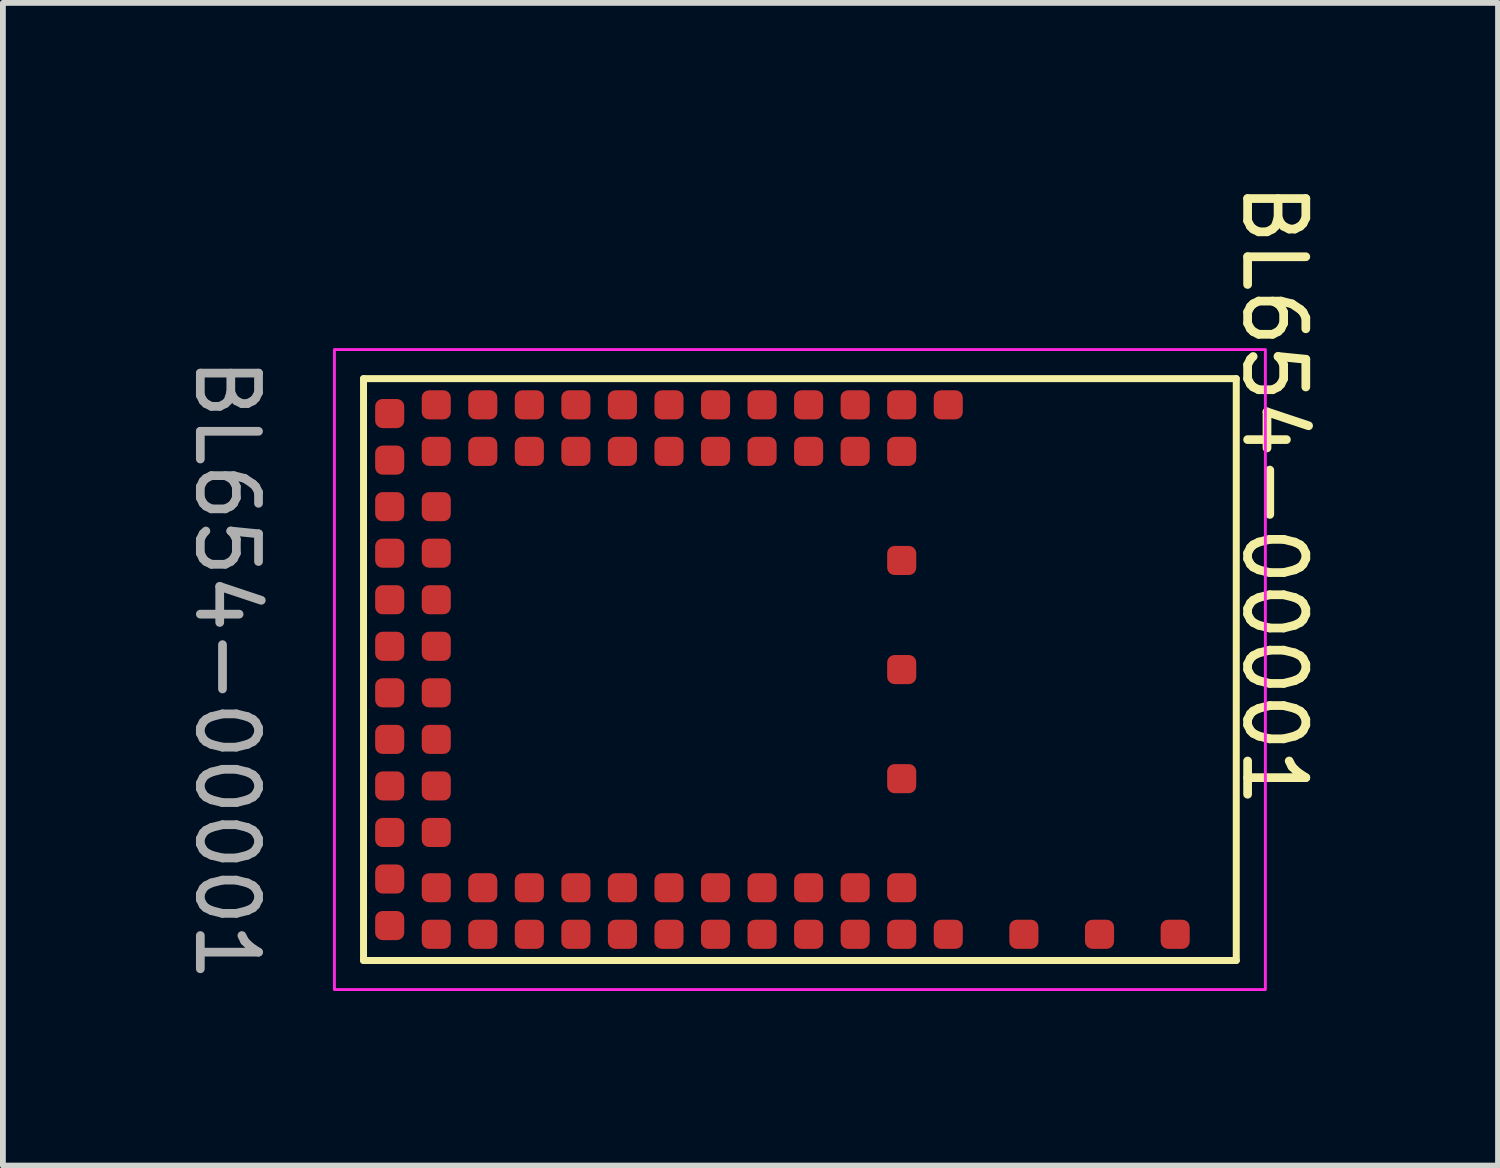
<source format=kicad_pcb>
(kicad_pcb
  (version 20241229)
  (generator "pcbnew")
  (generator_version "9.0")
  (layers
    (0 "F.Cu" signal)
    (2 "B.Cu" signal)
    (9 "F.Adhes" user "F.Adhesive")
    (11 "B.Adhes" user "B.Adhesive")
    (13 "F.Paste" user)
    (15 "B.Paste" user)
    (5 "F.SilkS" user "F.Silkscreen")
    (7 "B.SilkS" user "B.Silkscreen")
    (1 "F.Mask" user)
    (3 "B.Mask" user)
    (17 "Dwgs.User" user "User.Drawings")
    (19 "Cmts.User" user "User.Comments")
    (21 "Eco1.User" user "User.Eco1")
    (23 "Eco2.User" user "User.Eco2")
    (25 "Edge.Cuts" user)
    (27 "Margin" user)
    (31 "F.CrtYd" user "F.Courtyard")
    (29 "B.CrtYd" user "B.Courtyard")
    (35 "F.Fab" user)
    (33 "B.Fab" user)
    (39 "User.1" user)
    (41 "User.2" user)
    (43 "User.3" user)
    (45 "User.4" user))
  (footprint "BL654-00001"
    (layer "F.Cu")
    (at 10.698 8.458)
    (property "Reference" "BL654-00001" (at 8.15 -3 270) (unlocked yes) (layer "F.SilkS") (effects (font (size 1 1) (thickness 0.15))))
    (attr smd)
    (fp_line (start -7.5 -5) (end 7.5 -5) (stroke (width 0.12) (type solid)) (layer "F.SilkS"))
    (fp_line (start -7.5 5) (end -7.5 -5) (stroke (width 0.12) (type solid)) (layer "F.SilkS"))
    (fp_line (start 7.5 -5) (end 7.5 5) (stroke (width 0.12) (type solid)) (layer "F.SilkS"))
    (fp_line (start 7.5 5) (end -7.5 5) (stroke (width 0.12) (type solid)) (layer "F.SilkS"))
    (fp_rect (start -8 -5.5) (end 8 5.5) (stroke (width 0.05) (type default)) (fill no) (layer "F.CrtYd"))
    (fp_text user "${REFERENCE}" (at -9.85 0 270) (unlocked yes) (layer "F.Fab") (effects (font (size 1 1) (thickness 0.15))))
    (pad "0" smd roundrect (at 2.55 4.55) (size 0.5 0.5) (layers "F.Cu" "F.Mask" "F.Paste") (roundrect_rratio 0.25))
    (pad "1" smd roundrect (at 1.75 4.55) (size 0.5 0.5) (layers "F.Cu" "F.Mask" "F.Paste") (roundrect_rratio 0.25))
    (pad "2" smd roundrect (at 1.75 3.75) (size 0.5 0.5) (layers "F.Cu" "F.Mask" "F.Paste") (roundrect_rratio 0.25))
    (pad "3" smd roundrect (at 0.95 4.55) (size 0.5 0.5) (layers "F.Cu" "F.Mask" "F.Paste") (roundrect_rratio 0.25))
    (pad "4" smd roundrect (at 0.95 3.75) (size 0.5 0.5) (layers "F.Cu" "F.Mask" "F.Paste") (roundrect_rratio 0.25))
    (pad "5" smd roundrect (at 0.15 4.55) (size 0.5 0.5) (layers "F.Cu" "F.Mask" "F.Paste") (roundrect_rratio 0.25))
    (pad "6" smd roundrect (at 0.15 3.75) (size 0.5 0.5) (layers "F.Cu" "F.Mask" "F.Paste") (roundrect_rratio 0.25))
    (pad "7" smd roundrect (at -0.65 4.55) (size 0.5 0.5) (layers "F.Cu" "F.Mask" "F.Paste") (roundrect_rratio 0.25))
    (pad "8" smd roundrect (at -0.65 3.75) (size 0.5 0.5) (layers "F.Cu" "F.Mask" "F.Paste") (roundrect_rratio 0.25))
    (pad "9" smd roundrect (at -1.45 4.55) (size 0.5 0.5) (layers "F.Cu" "F.Mask" "F.Paste") (roundrect_rratio 0.25))
    (pad "10" smd roundrect (at -1.45 3.75) (size 0.5 0.5) (layers "F.Cu" "F.Mask" "F.Paste") (roundrect_rratio 0.25))
    (pad "11" smd roundrect (at -2.25 4.55) (size 0.5 0.5) (layers "F.Cu" "F.Mask" "F.Paste") (roundrect_rratio 0.25))
    (pad "12" smd roundrect (at -2.25 3.75) (size 0.5 0.5) (layers "F.Cu" "F.Mask" "F.Paste") (roundrect_rratio 0.25))
    (pad "13" smd roundrect (at -3.05 4.55) (size 0.5 0.5) (layers "F.Cu" "F.Mask" "F.Paste") (roundrect_rratio 0.25))
    (pad "14" smd roundrect (at -3.05 3.75) (size 0.5 0.5) (layers "F.Cu" "F.Mask" "F.Paste") (roundrect_rratio 0.25))
    (pad "15" smd roundrect (at -3.85 4.55) (size 0.5 0.5) (layers "F.Cu" "F.Mask" "F.Paste") (roundrect_rratio 0.25))
    (pad "16" smd roundrect (at -3.85 3.75) (size 0.5 0.5) (layers "F.Cu" "F.Mask" "F.Paste") (roundrect_rratio 0.25))
    (pad "17" smd roundrect (at -4.65 4.55) (size 0.5 0.5) (layers "F.Cu" "F.Mask" "F.Paste") (roundrect_rratio 0.25))
    (pad "18" smd roundrect (at -4.65 3.75) (size 0.5 0.5) (layers "F.Cu" "F.Mask" "F.Paste") (roundrect_rratio 0.25))
    (pad "19" smd roundrect (at -5.45 4.55) (size 0.5 0.5) (layers "F.Cu" "F.Mask" "F.Paste") (roundrect_rratio 0.25))
    (pad "20" smd roundrect (at -5.45 3.75) (size 0.5 0.5) (layers "F.Cu" "F.Mask" "F.Paste") (roundrect_rratio 0.25))
    (pad "21" smd roundrect (at -6.25 4.55) (size 0.5 0.5) (layers "F.Cu" "F.Mask" "F.Paste") (roundrect_rratio 0.25))
    (pad "22" smd roundrect (at -6.25 3.75) (size 0.5 0.5) (layers "F.Cu" "F.Mask" "F.Paste") (roundrect_rratio 0.25))
    (pad "23" smd roundrect (at -7.05 4.4) (size 0.5 0.5) (layers "F.Cu" "F.Mask" "F.Paste") (roundrect_rratio 0.25))
    (pad "24" smd roundrect (at -7.05 3.6) (size 0.5 0.5) (layers "F.Cu" "F.Mask" "F.Paste") (roundrect_rratio 0.25))
    (pad "25" smd roundrect (at -7.05 2.8) (size 0.5 0.5) (layers "F.Cu" "F.Mask" "F.Paste") (roundrect_rratio 0.25))
    (pad "26" smd roundrect (at -6.25 2.8) (size 0.5 0.5) (layers "F.Cu" "F.Mask" "F.Paste") (roundrect_rratio 0.25))
    (pad "27" smd roundrect (at -7.05 2) (size 0.5 0.5) (layers "F.Cu" "F.Mask" "F.Paste") (roundrect_rratio 0.25))
    (pad "28" smd roundrect (at -6.25 2) (size 0.5 0.5) (layers "F.Cu" "F.Mask" "F.Paste") (roundrect_rratio 0.25))
    (pad "29" smd roundrect (at -7.05 1.2) (size 0.5 0.5) (layers "F.Cu" "F.Mask" "F.Paste") (roundrect_rratio 0.25))
    (pad "30" smd roundrect (at -6.25 1.2) (size 0.5 0.5) (layers "F.Cu" "F.Mask" "F.Paste") (roundrect_rratio 0.25))
    (pad "31" smd roundrect (at -7.05 0.4) (size 0.5 0.5) (layers "F.Cu" "F.Mask" "F.Paste") (roundrect_rratio 0.25))
    (pad "32" smd roundrect (at -6.25 0.4) (size 0.5 0.5) (layers "F.Cu" "F.Mask" "F.Paste") (roundrect_rratio 0.25))
    (pad "33" smd roundrect (at -7.05 -0.4) (size 0.5 0.5) (layers "F.Cu" "F.Mask" "F.Paste") (roundrect_rratio 0.25))
    (pad "34" smd roundrect (at -6.25 -0.4) (size 0.5 0.5) (layers "F.Cu" "F.Mask" "F.Paste") (roundrect_rratio 0.25))
    (pad "35" smd roundrect (at -7.05 -1.2) (size 0.5 0.5) (layers "F.Cu" "F.Mask" "F.Paste") (roundrect_rratio 0.25))
    (pad "36" smd roundrect (at -6.25 -1.2) (size 0.5 0.5) (layers "F.Cu" "F.Mask" "F.Paste") (roundrect_rratio 0.25))
    (pad "37" smd roundrect (at -7.05 -2) (size 0.5 0.5) (layers "F.Cu" "F.Mask" "F.Paste") (roundrect_rratio 0.25))
    (pad "38" smd roundrect (at -6.25 -2) (size 0.5 0.5) (layers "F.Cu" "F.Mask" "F.Paste") (roundrect_rratio 0.25))
    (pad "39" smd roundrect (at -7.05 -2.8) (size 0.5 0.5) (layers "F.Cu" "F.Mask" "F.Paste") (roundrect_rratio 0.25))
    (pad "40" smd roundrect (at -6.25 -2.8) (size 0.5 0.5) (layers "F.Cu" "F.Mask" "F.Paste") (roundrect_rratio 0.25))
    (pad "41" smd roundrect (at -7.05 -3.6) (size 0.5 0.5) (layers "F.Cu" "F.Mask" "F.Paste") (roundrect_rratio 0.25))
    (pad "42" smd roundrect (at -7.05 -4.4) (size 0.5 0.5) (layers "F.Cu" "F.Mask" "F.Paste") (roundrect_rratio 0.25))
    (pad "43" smd roundrect (at -6.25 -4.55) (size 0.5 0.5) (layers "F.Cu" "F.Mask" "F.Paste") (roundrect_rratio 0.25))
    (pad "44" smd roundrect (at -6.25 -3.75) (size 0.5 0.5) (layers "F.Cu" "F.Mask" "F.Paste") (roundrect_rratio 0.25))
    (pad "45" smd roundrect (at -5.45 -4.55) (size 0.5 0.5) (layers "F.Cu" "F.Mask" "F.Paste") (roundrect_rratio 0.25))
    (pad "46" smd roundrect (at -5.45 -3.75) (size 0.5 0.5) (layers "F.Cu" "F.Mask" "F.Paste") (roundrect_rratio 0.25))
    (pad "47" smd roundrect (at -4.65 -4.55) (size 0.5 0.5) (layers "F.Cu" "F.Mask" "F.Paste") (roundrect_rratio 0.25))
    (pad "48" smd roundrect (at -4.65 -3.75) (size 0.5 0.5) (layers "F.Cu" "F.Mask" "F.Paste") (roundrect_rratio 0.25))
    (pad "49" smd roundrect (at -3.85 -4.55) (size 0.5 0.5) (layers "F.Cu" "F.Mask" "F.Paste") (roundrect_rratio 0.25))
    (pad "50" smd roundrect (at -3.85 -3.75) (size 0.5 0.5) (layers "F.Cu" "F.Mask" "F.Paste") (roundrect_rratio 0.25))
    (pad "51" smd roundrect (at -3.05 -4.55) (size 0.5 0.5) (layers "F.Cu" "F.Mask" "F.Paste") (roundrect_rratio 0.25))
    (pad "52" smd roundrect (at -3.05 -3.75) (size 0.5 0.5) (layers "F.Cu" "F.Mask" "F.Paste") (roundrect_rratio 0.25))
    (pad "53" smd roundrect (at -2.25 -4.55) (size 0.5 0.5) (layers "F.Cu" "F.Mask" "F.Paste") (roundrect_rratio 0.25))
    (pad "54" smd roundrect (at -2.25 -3.75) (size 0.5 0.5) (layers "F.Cu" "F.Mask" "F.Paste") (roundrect_rratio 0.25))
    (pad "55" smd roundrect (at -1.45 -4.55) (size 0.5 0.5) (layers "F.Cu" "F.Mask" "F.Paste") (roundrect_rratio 0.25))
    (pad "56" smd roundrect (at -1.45 -3.75) (size 0.5 0.5) (layers "F.Cu" "F.Mask" "F.Paste") (roundrect_rratio 0.25))
    (pad "57" smd roundrect (at -0.65 -4.55) (size 0.5 0.5) (layers "F.Cu" "F.Mask" "F.Paste") (roundrect_rratio 0.25))
    (pad "58" smd roundrect (at -0.65 -3.75) (size 0.5 0.5) (layers "F.Cu" "F.Mask" "F.Paste") (roundrect_rratio 0.25))
    (pad "59" smd roundrect (at 0.15 -4.55) (size 0.5 0.5) (layers "F.Cu" "F.Mask" "F.Paste") (roundrect_rratio 0.25))
    (pad "60" smd roundrect (at 0.15 -3.75) (size 0.5 0.5) (layers "F.Cu" "F.Mask" "F.Paste") (roundrect_rratio 0.25))
    (pad "61" smd roundrect (at 0.95 -4.55) (size 0.5 0.5) (layers "F.Cu" "F.Mask" "F.Paste") (roundrect_rratio 0.25))
    (pad "62" smd roundrect (at 0.95 -3.75) (size 0.5 0.5) (layers "F.Cu" "F.Mask" "F.Paste") (roundrect_rratio 0.25))
    (pad "63" smd roundrect (at 1.75 -4.55) (size 0.5 0.5) (layers "F.Cu" "F.Mask" "F.Paste") (roundrect_rratio 0.25))
    (pad "64" smd roundrect (at 1.75 -3.75) (size 0.5 0.5) (layers "F.Cu" "F.Mask" "F.Paste") (roundrect_rratio 0.25))
    (pad "65" smd roundrect (at 2.55 -4.55) (size 0.5 0.5) (layers "F.Cu" "F.Mask" "F.Paste") (roundrect_rratio 0.25))
    (pad "66" smd roundrect (at 3.85 4.55) (size 0.5 0.5) (layers "F.Cu" "F.Mask" "F.Paste") (roundrect_rratio 0.25))
    (pad "67" smd roundrect (at 5.15 4.55) (size 0.5 0.5) (layers "F.Cu" "F.Mask" "F.Paste") (roundrect_rratio 0.25))
    (pad "68" smd roundrect (at 6.45 4.55) (size 0.5 0.5) (layers "F.Cu" "F.Mask" "F.Paste") (roundrect_rratio 0.25))
    (pad "69" smd roundrect (at 1.75 -1.875) (size 0.5 0.5) (layers "F.Cu" "F.Mask" "F.Paste") (roundrect_rratio 0.25))
    (pad "70" smd roundrect (at 1.75 0) (size 0.5 0.5) (layers "F.Cu" "F.Mask" "F.Paste") (roundrect_rratio 0.25))
    (pad "71" smd roundrect (at 1.75 1.875) (size 0.5 0.5) (layers "F.Cu" "F.Mask" "F.Paste") (roundrect_rratio 0.25))
    (zone (net_name "") (layers "F.Cu" "B.Cu") (name "keep out top") (hatch full 0.508) (connect_pads) (min_thickness 0.254) (filled_areas_thickness no) (keepout (tracks not_allowed) (vias not_allowed) (pads not_allowed) (copperpour not_allowed) (footprints allowed)) (placement (enabled no)) (fill) (polygon (pts (xy 18.198 12.758) (xy 13.498 12.758) (xy 12.698 12.758) (xy 12.698 4.158) (xy 13.498 4.158) (xy 13.498 3.508) (xy 18.198 3.508)))))
  (gr_rect
    (start -3 -3)
    (end 22.697 16.983)
    (stroke (width 0.1) (type default))
    (fill no)
    (layer "Edge.Cuts")))
</source>
